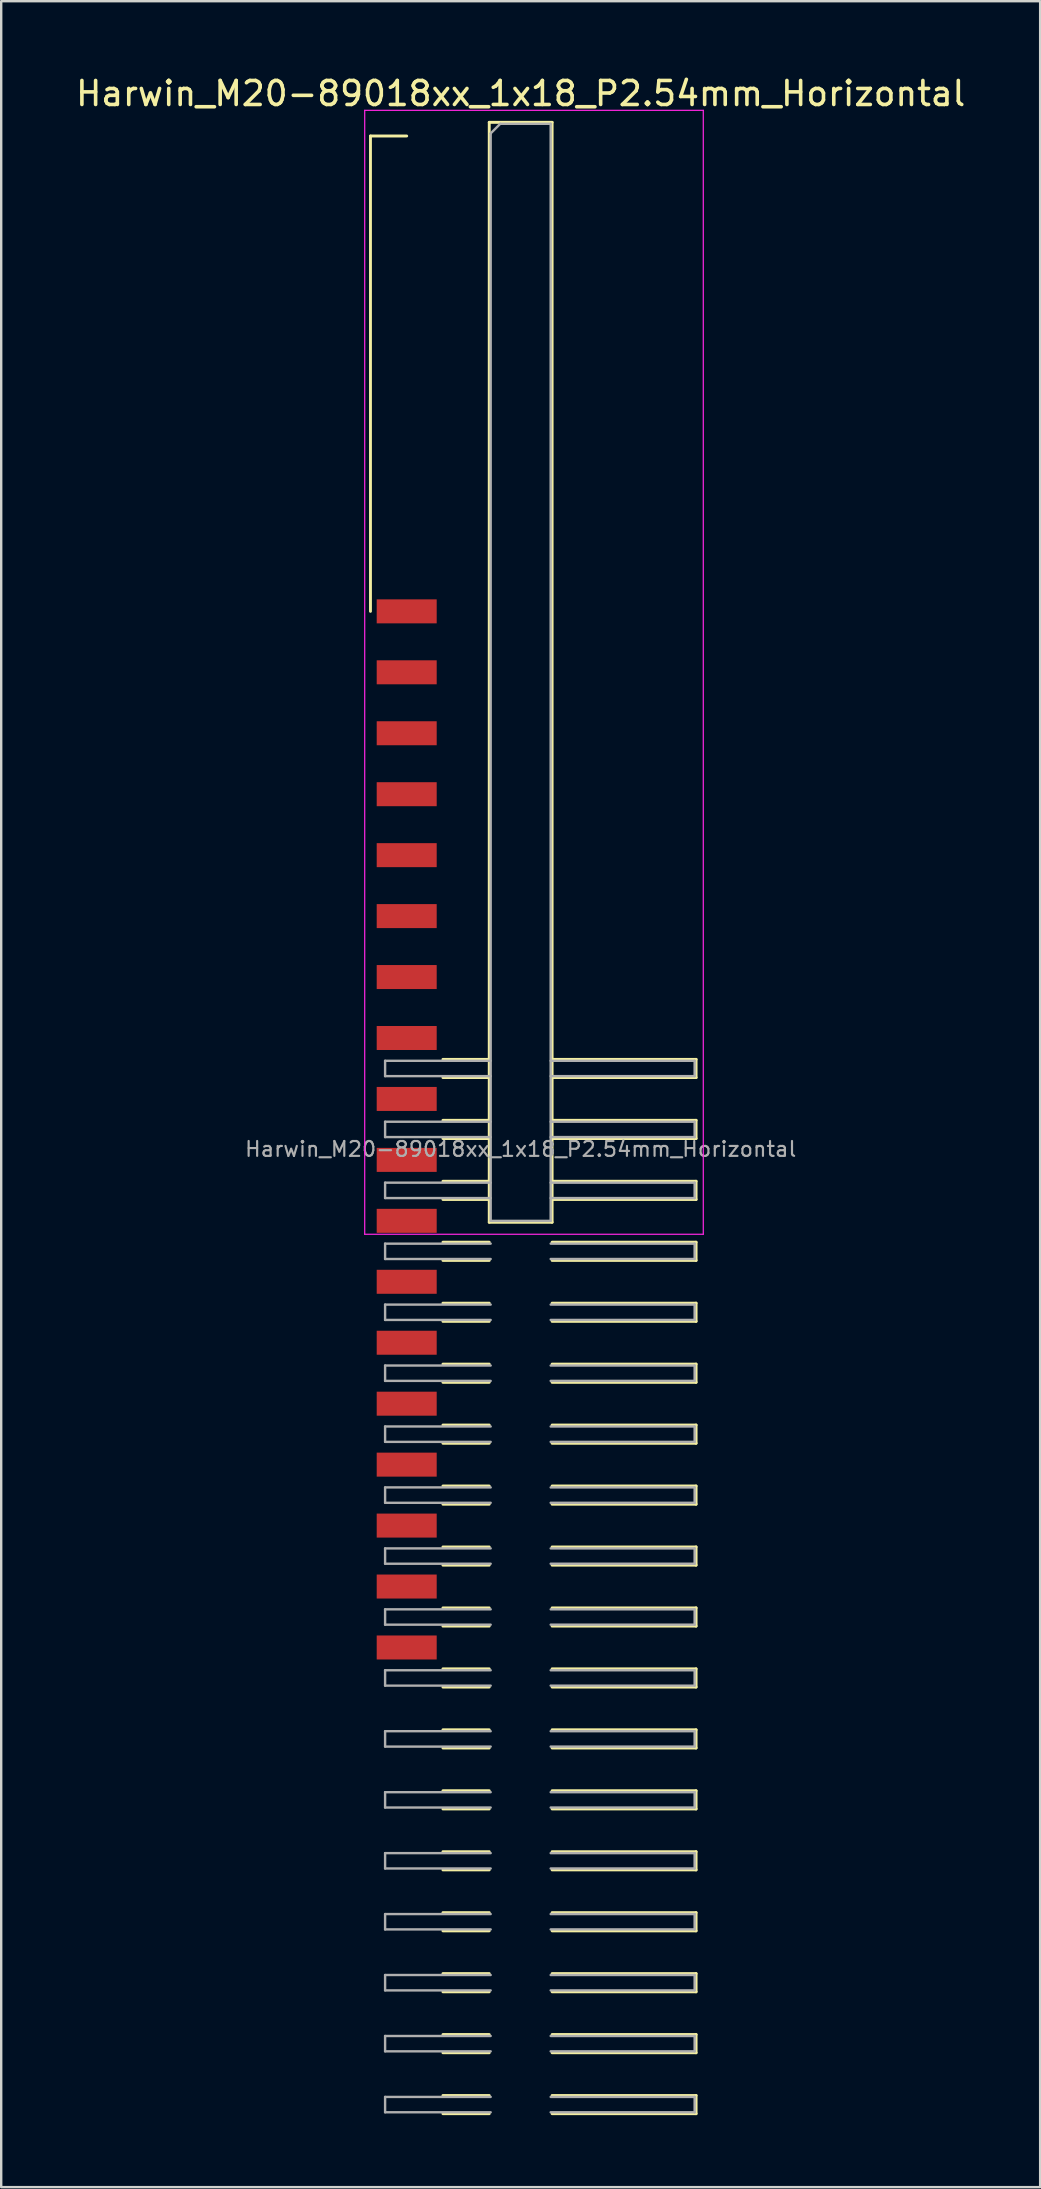
<source format=kicad_pcb>
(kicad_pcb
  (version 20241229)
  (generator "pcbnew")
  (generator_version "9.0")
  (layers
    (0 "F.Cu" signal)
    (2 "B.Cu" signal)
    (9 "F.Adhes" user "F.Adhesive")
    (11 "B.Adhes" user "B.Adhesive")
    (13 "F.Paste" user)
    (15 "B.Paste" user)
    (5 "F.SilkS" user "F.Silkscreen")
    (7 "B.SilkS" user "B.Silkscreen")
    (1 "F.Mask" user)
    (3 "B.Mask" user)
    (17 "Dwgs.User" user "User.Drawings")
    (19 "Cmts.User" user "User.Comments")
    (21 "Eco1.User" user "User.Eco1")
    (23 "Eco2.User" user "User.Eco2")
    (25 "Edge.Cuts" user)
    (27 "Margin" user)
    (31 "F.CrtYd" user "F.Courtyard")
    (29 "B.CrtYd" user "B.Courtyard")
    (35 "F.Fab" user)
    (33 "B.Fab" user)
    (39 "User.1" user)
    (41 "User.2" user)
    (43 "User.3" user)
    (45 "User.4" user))
  (footprint "Harwin_M20-89018xx_1x18_P2.54mm_Horizontal"
    (layer "F.Cu")
    (at 13.899 22.428)
    (property "Reference" "Harwin_M20-89018xx_1x18_P2.54mm_Horizontal" (at 4.75 -21.58 0) (layer "F.SilkS") (effects (font (size 1 1) (thickness 0.15))))
    (attr smd)
    (fp_line (start -1.51 -19.81) (end 0 -19.81) (stroke (width 0.12) (type solid)) (layer "F.SilkS"))
    (fp_line (start -1.51 0) (end -1.51 -19.81) (stroke (width 0.12) (type solid)) (layer "F.SilkS"))
    (fp_line (start 1.51 18.67) (end 3.44 18.67) (stroke (width 0.12) (type solid)) (layer "F.SilkS"))
    (fp_line (start 1.51 19.43) (end 3.44 19.43) (stroke (width 0.12) (type solid)) (layer "F.SilkS"))
    (fp_line (start 1.51 21.21) (end 3.44 21.21) (stroke (width 0.12) (type solid)) (layer "F.SilkS"))
    (fp_line (start 1.51 21.97) (end 3.44 21.97) (stroke (width 0.12) (type solid)) (layer "F.SilkS"))
    (fp_line (start 1.51 23.75) (end 3.44 23.75) (stroke (width 0.12) (type solid)) (layer "F.SilkS"))
    (fp_line (start 1.51 24.51) (end 3.44 24.51) (stroke (width 0.12) (type solid)) (layer "F.SilkS"))
    (fp_line (start 1.51 26.29) (end 3.44 26.29) (stroke (width 0.12) (type solid)) (layer "F.SilkS"))
    (fp_line (start 1.51 27.05) (end 3.44 27.05) (stroke (width 0.12) (type solid)) (layer "F.SilkS"))
    (fp_line (start 1.51 28.83) (end 3.44 28.83) (stroke (width 0.12) (type solid)) (layer "F.SilkS"))
    (fp_line (start 1.51 29.59) (end 3.44 29.59) (stroke (width 0.12) (type solid)) (layer "F.SilkS"))
    (fp_line (start 1.51 31.37) (end 3.44 31.37) (stroke (width 0.12) (type solid)) (layer "F.SilkS"))
    (fp_line (start 1.51 32.13) (end 3.44 32.13) (stroke (width 0.12) (type solid)) (layer "F.SilkS"))
    (fp_line (start 1.51 33.91) (end 3.44 33.91) (stroke (width 0.12) (type solid)) (layer "F.SilkS"))
    (fp_line (start 1.51 34.67) (end 3.44 34.67) (stroke (width 0.12) (type solid)) (layer "F.SilkS"))
    (fp_line (start 1.51 36.45) (end 3.44 36.45) (stroke (width 0.12) (type solid)) (layer "F.SilkS"))
    (fp_line (start 1.51 37.21) (end 3.44 37.21) (stroke (width 0.12) (type solid)) (layer "F.SilkS"))
    (fp_line (start 1.51 38.99) (end 3.44 38.99) (stroke (width 0.12) (type solid)) (layer "F.SilkS"))
    (fp_line (start 1.51 39.75) (end 3.44 39.75) (stroke (width 0.12) (type solid)) (layer "F.SilkS"))
    (fp_line (start 1.51 41.53) (end 3.44 41.53) (stroke (width 0.12) (type solid)) (layer "F.SilkS"))
    (fp_line (start 1.51 42.29) (end 3.44 42.29) (stroke (width 0.12) (type solid)) (layer "F.SilkS"))
    (fp_line (start 1.51 44.07) (end 3.44 44.07) (stroke (width 0.12) (type solid)) (layer "F.SilkS"))
    (fp_line (start 1.51 44.83) (end 3.44 44.83) (stroke (width 0.12) (type solid)) (layer "F.SilkS"))
    (fp_line (start 1.51 46.61) (end 3.44 46.61) (stroke (width 0.12) (type solid)) (layer "F.SilkS"))
    (fp_line (start 1.51 47.37) (end 3.44 47.37) (stroke (width 0.12) (type solid)) (layer "F.SilkS"))
    (fp_line (start 1.51 49.15) (end 3.44 49.15) (stroke (width 0.12) (type solid)) (layer "F.SilkS"))
    (fp_line (start 1.51 49.91) (end 3.44 49.91) (stroke (width 0.12) (type solid)) (layer "F.SilkS"))
    (fp_line (start 1.51 51.69) (end 3.44 51.69) (stroke (width 0.12) (type solid)) (layer "F.SilkS"))
    (fp_line (start 1.51 52.45) (end 3.44 52.45) (stroke (width 0.12) (type solid)) (layer "F.SilkS"))
    (fp_line (start 1.51 54.23) (end 3.44 54.23) (stroke (width 0.12) (type solid)) (layer "F.SilkS"))
    (fp_line (start 1.51 54.99) (end 3.44 54.99) (stroke (width 0.12) (type solid)) (layer "F.SilkS"))
    (fp_line (start 1.51 56.77) (end 3.44 56.77) (stroke (width 0.12) (type solid)) (layer "F.SilkS"))
    (fp_line (start 1.51 57.53) (end 3.44 57.53) (stroke (width 0.12) (type solid)) (layer "F.SilkS"))
    (fp_line (start 1.51 59.31) (end 3.44 59.31) (stroke (width 0.12) (type solid)) (layer "F.SilkS"))
    (fp_line (start 1.51 60.07) (end 3.44 60.07) (stroke (width 0.12) (type solid)) (layer "F.SilkS"))
    (fp_line (start 1.51 61.85) (end 3.44 61.85) (stroke (width 0.12) (type solid)) (layer "F.SilkS"))
    (fp_line (start 1.51 62.61) (end 3.44 62.61) (stroke (width 0.12) (type solid)) (layer "F.SilkS"))
    (fp_line (start 3.44 -20.38) (end 6.06 -20.38) (stroke (width 0.12) (type solid)) (layer "F.SilkS"))
    (fp_line (start 3.44 25.46) (end 3.44 -20.38) (stroke (width 0.12) (type solid)) (layer "F.SilkS"))
    (fp_line (start 6.06 -20.38) (end 6.06 25.46) (stroke (width 0.12) (type solid)) (layer "F.SilkS"))
    (fp_line (start 6.06 18.67) (end 12.06 18.67) (stroke (width 0.12) (type solid)) (layer "F.SilkS"))
    (fp_line (start 6.06 21.21) (end 12.06 21.21) (stroke (width 0.12) (type solid)) (layer "F.SilkS"))
    (fp_line (start 6.06 23.75) (end 12.06 23.75) (stroke (width 0.12) (type solid)) (layer "F.SilkS"))
    (fp_line (start 6.06 25.46) (end 3.44 25.46) (stroke (width 0.12) (type solid)) (layer "F.SilkS"))
    (fp_line (start 6.06 26.29) (end 12.06 26.29) (stroke (width 0.12) (type solid)) (layer "F.SilkS"))
    (fp_line (start 6.06 28.83) (end 12.06 28.83) (stroke (width 0.12) (type solid)) (layer "F.SilkS"))
    (fp_line (start 6.06 31.37) (end 12.06 31.37) (stroke (width 0.12) (type solid)) (layer "F.SilkS"))
    (fp_line (start 6.06 33.91) (end 12.06 33.91) (stroke (width 0.12) (type solid)) (layer "F.SilkS"))
    (fp_line (start 6.06 36.45) (end 12.06 36.45) (stroke (width 0.12) (type solid)) (layer "F.SilkS"))
    (fp_line (start 6.06 38.99) (end 12.06 38.99) (stroke (width 0.12) (type solid)) (layer "F.SilkS"))
    (fp_line (start 6.06 41.53) (end 12.06 41.53) (stroke (width 0.12) (type solid)) (layer "F.SilkS"))
    (fp_line (start 6.06 44.07) (end 12.06 44.07) (stroke (width 0.12) (type solid)) (layer "F.SilkS"))
    (fp_line (start 6.06 46.61) (end 12.06 46.61) (stroke (width 0.12) (type solid)) (layer "F.SilkS"))
    (fp_line (start 6.06 49.15) (end 12.06 49.15) (stroke (width 0.12) (type solid)) (layer "F.SilkS"))
    (fp_line (start 6.06 51.69) (end 12.06 51.69) (stroke (width 0.12) (type solid)) (layer "F.SilkS"))
    (fp_line (start 6.06 54.23) (end 12.06 54.23) (stroke (width 0.12) (type solid)) (layer "F.SilkS"))
    (fp_line (start 6.06 56.77) (end 12.06 56.77) (stroke (width 0.12) (type solid)) (layer "F.SilkS"))
    (fp_line (start 6.06 59.31) (end 12.06 59.31) (stroke (width 0.12) (type solid)) (layer "F.SilkS"))
    (fp_line (start 6.06 61.85) (end 12.06 61.85) (stroke (width 0.12) (type solid)) (layer "F.SilkS"))
    (fp_line (start 12.06 18.67) (end 12.06 19.43) (stroke (width 0.12) (type solid)) (layer "F.SilkS"))
    (fp_line (start 12.06 19.43) (end 6.06 19.43) (stroke (width 0.12) (type solid)) (layer "F.SilkS"))
    (fp_line (start 12.06 21.21) (end 12.06 21.97) (stroke (width 0.12) (type solid)) (layer "F.SilkS"))
    (fp_line (start 12.06 21.97) (end 6.06 21.97) (stroke (width 0.12) (type solid)) (layer "F.SilkS"))
    (fp_line (start 12.06 23.75) (end 12.06 24.51) (stroke (width 0.12) (type solid)) (layer "F.SilkS"))
    (fp_line (start 12.06 24.51) (end 6.06 24.51) (stroke (width 0.12) (type solid)) (layer "F.SilkS"))
    (fp_line (start 12.06 26.29) (end 12.06 27.05) (stroke (width 0.12) (type solid)) (layer "F.SilkS"))
    (fp_line (start 12.06 27.05) (end 6.06 27.05) (stroke (width 0.12) (type solid)) (layer "F.SilkS"))
    (fp_line (start 12.06 28.83) (end 12.06 29.59) (stroke (width 0.12) (type solid)) (layer "F.SilkS"))
    (fp_line (start 12.06 29.59) (end 6.06 29.59) (stroke (width 0.12) (type solid)) (layer "F.SilkS"))
    (fp_line (start 12.06 31.37) (end 12.06 32.13) (stroke (width 0.12) (type solid)) (layer "F.SilkS"))
    (fp_line (start 12.06 32.13) (end 6.06 32.13) (stroke (width 0.12) (type solid)) (layer "F.SilkS"))
    (fp_line (start 12.06 33.91) (end 12.06 34.67) (stroke (width 0.12) (type solid)) (layer "F.SilkS"))
    (fp_line (start 12.06 34.67) (end 6.06 34.67) (stroke (width 0.12) (type solid)) (layer "F.SilkS"))
    (fp_line (start 12.06 36.45) (end 12.06 37.21) (stroke (width 0.12) (type solid)) (layer "F.SilkS"))
    (fp_line (start 12.06 37.21) (end 6.06 37.21) (stroke (width 0.12) (type solid)) (layer "F.SilkS"))
    (fp_line (start 12.06 38.99) (end 12.06 39.75) (stroke (width 0.12) (type solid)) (layer "F.SilkS"))
    (fp_line (start 12.06 39.75) (end 6.06 39.75) (stroke (width 0.12) (type solid)) (layer "F.SilkS"))
    (fp_line (start 12.06 41.53) (end 12.06 42.29) (stroke (width 0.12) (type solid)) (layer "F.SilkS"))
    (fp_line (start 12.06 42.29) (end 6.06 42.29) (stroke (width 0.12) (type solid)) (layer "F.SilkS"))
    (fp_line (start 12.06 44.07) (end 12.06 44.83) (stroke (width 0.12) (type solid)) (layer "F.SilkS"))
    (fp_line (start 12.06 44.83) (end 6.06 44.83) (stroke (width 0.12) (type solid)) (layer "F.SilkS"))
    (fp_line (start 12.06 46.61) (end 12.06 47.37) (stroke (width 0.12) (type solid)) (layer "F.SilkS"))
    (fp_line (start 12.06 47.37) (end 6.06 47.37) (stroke (width 0.12) (type solid)) (layer "F.SilkS"))
    (fp_line (start 12.06 49.15) (end 12.06 49.91) (stroke (width 0.12) (type solid)) (layer "F.SilkS"))
    (fp_line (start 12.06 49.91) (end 6.06 49.91) (stroke (width 0.12) (type solid)) (layer "F.SilkS"))
    (fp_line (start 12.06 51.69) (end 12.06 52.45) (stroke (width 0.12) (type solid)) (layer "F.SilkS"))
    (fp_line (start 12.06 52.45) (end 6.06 52.45) (stroke (width 0.12) (type solid)) (layer "F.SilkS"))
    (fp_line (start 12.06 54.23) (end 12.06 54.99) (stroke (width 0.12) (type solid)) (layer "F.SilkS"))
    (fp_line (start 12.06 54.99) (end 6.06 54.99) (stroke (width 0.12) (type solid)) (layer "F.SilkS"))
    (fp_line (start 12.06 56.77) (end 12.06 57.53) (stroke (width 0.12) (type solid)) (layer "F.SilkS"))
    (fp_line (start 12.06 57.53) (end 6.06 57.53) (stroke (width 0.12) (type solid)) (layer "F.SilkS"))
    (fp_line (start 12.06 59.31) (end 12.06 60.07) (stroke (width 0.12) (type solid)) (layer "F.SilkS"))
    (fp_line (start 12.06 60.07) (end 6.06 60.07) (stroke (width 0.12) (type solid)) (layer "F.SilkS"))
    (fp_line (start 12.06 61.85) (end 12.06 62.61) (stroke (width 0.12) (type solid)) (layer "F.SilkS"))
    (fp_line (start 12.06 62.61) (end 6.06 62.61) (stroke (width 0.12) (type solid)) (layer "F.SilkS"))
    (fp_line (start -1.75 -20.88) (end 12.36 -20.88) (stroke (width 0.05) (type solid)) (layer "F.CrtYd"))
    (fp_line (start -1.75 25.96) (end -1.75 -20.88) (stroke (width 0.05) (type solid)) (layer "F.CrtYd"))
    (fp_line (start 12.36 -20.88) (end 12.36 25.96) (stroke (width 0.05) (type solid)) (layer "F.CrtYd"))
    (fp_line (start 12.36 25.96) (end -1.75 25.96) (stroke (width 0.05) (type solid)) (layer "F.CrtYd"))
    (fp_line (start -0.9 18.73) (end -0.9 19.37) (stroke (width 0.1) (type solid)) (layer "F.Fab"))
    (fp_line (start -0.9 19.37) (end 3.5 19.37) (stroke (width 0.1) (type solid)) (layer "F.Fab"))
    (fp_line (start -0.9 21.27) (end -0.9 21.91) (stroke (width 0.1) (type solid)) (layer "F.Fab"))
    (fp_line (start -0.9 21.91) (end 3.5 21.91) (stroke (width 0.1) (type solid)) (layer "F.Fab"))
    (fp_line (start -0.9 23.81) (end -0.9 24.45) (stroke (width 0.1) (type solid)) (layer "F.Fab"))
    (fp_line (start -0.9 24.45) (end 3.5 24.45) (stroke (width 0.1) (type solid)) (layer "F.Fab"))
    (fp_line (start -0.9 26.35) (end -0.9 26.99) (stroke (width 0.1) (type solid)) (layer "F.Fab"))
    (fp_line (start -0.9 26.99) (end 3.5 26.99) (stroke (width 0.1) (type solid)) (layer "F.Fab"))
    (fp_line (start -0.9 28.89) (end -0.9 29.53) (stroke (width 0.1) (type solid)) (layer "F.Fab"))
    (fp_line (start -0.9 29.53) (end 3.5 29.53) (stroke (width 0.1) (type solid)) (layer "F.Fab"))
    (fp_line (start -0.9 31.43) (end -0.9 32.07) (stroke (width 0.1) (type solid)) (layer "F.Fab"))
    (fp_line (start -0.9 32.07) (end 3.5 32.07) (stroke (width 0.1) (type solid)) (layer "F.Fab"))
    (fp_line (start -0.9 33.97) (end -0.9 34.61) (stroke (width 0.1) (type solid)) (layer "F.Fab"))
    (fp_line (start -0.9 34.61) (end 3.5 34.61) (stroke (width 0.1) (type solid)) (layer "F.Fab"))
    (fp_line (start -0.9 36.51) (end -0.9 37.15) (stroke (width 0.1) (type solid)) (layer "F.Fab"))
    (fp_line (start -0.9 37.15) (end 3.5 37.15) (stroke (width 0.1) (type solid)) (layer "F.Fab"))
    (fp_line (start -0.9 39.05) (end -0.9 39.69) (stroke (width 0.1) (type solid)) (layer "F.Fab"))
    (fp_line (start -0.9 39.69) (end 3.5 39.69) (stroke (width 0.1) (type solid)) (layer "F.Fab"))
    (fp_line (start -0.9 41.59) (end -0.9 42.23) (stroke (width 0.1) (type solid)) (layer "F.Fab"))
    (fp_line (start -0.9 42.23) (end 3.5 42.23) (stroke (width 0.1) (type solid)) (layer "F.Fab"))
    (fp_line (start -0.9 44.13) (end -0.9 44.77) (stroke (width 0.1) (type solid)) (layer "F.Fab"))
    (fp_line (start -0.9 44.77) (end 3.5 44.77) (stroke (width 0.1) (type solid)) (layer "F.Fab"))
    (fp_line (start -0.9 46.67) (end -0.9 47.31) (stroke (width 0.1) (type solid)) (layer "F.Fab"))
    (fp_line (start -0.9 47.31) (end 3.5 47.31) (stroke (width 0.1) (type solid)) (layer "F.Fab"))
    (fp_line (start -0.9 49.21) (end -0.9 49.85) (stroke (width 0.1) (type solid)) (layer "F.Fab"))
    (fp_line (start -0.9 49.85) (end 3.5 49.85) (stroke (width 0.1) (type solid)) (layer "F.Fab"))
    (fp_line (start -0.9 51.75) (end -0.9 52.39) (stroke (width 0.1) (type solid)) (layer "F.Fab"))
    (fp_line (start -0.9 52.39) (end 3.5 52.39) (stroke (width 0.1) (type solid)) (layer "F.Fab"))
    (fp_line (start -0.9 54.29) (end -0.9 54.93) (stroke (width 0.1) (type solid)) (layer "F.Fab"))
    (fp_line (start -0.9 54.93) (end 3.5 54.93) (stroke (width 0.1) (type solid)) (layer "F.Fab"))
    (fp_line (start -0.9 56.83) (end -0.9 57.47) (stroke (width 0.1) (type solid)) (layer "F.Fab"))
    (fp_line (start -0.9 57.47) (end 3.5 57.47) (stroke (width 0.1) (type solid)) (layer "F.Fab"))
    (fp_line (start -0.9 59.37) (end -0.9 60.01) (stroke (width 0.1) (type solid)) (layer "F.Fab"))
    (fp_line (start -0.9 60.01) (end 3.5 60.01) (stroke (width 0.1) (type solid)) (layer "F.Fab"))
    (fp_line (start -0.9 61.91) (end -0.9 62.55) (stroke (width 0.1) (type solid)) (layer "F.Fab"))
    (fp_line (start -0.9 62.55) (end 3.5 62.55) (stroke (width 0.1) (type solid)) (layer "F.Fab"))
    (fp_line (start 3.5 -19.92) (end 3.9 -20.32) (stroke (width 0.1) (type solid)) (layer "F.Fab"))
    (fp_line (start 3.5 18.73) (end -0.9 18.73) (stroke (width 0.1) (type solid)) (layer "F.Fab"))
    (fp_line (start 3.5 21.27) (end -0.9 21.27) (stroke (width 0.1) (type solid)) (layer "F.Fab"))
    (fp_line (start 3.5 23.81) (end -0.9 23.81) (stroke (width 0.1) (type solid)) (layer "F.Fab"))
    (fp_line (start 3.5 25.4) (end 3.5 -19.92) (stroke (width 0.1) (type solid)) (layer "F.Fab"))
    (fp_line (start 3.5 26.35) (end -0.9 26.35) (stroke (width 0.1) (type solid)) (layer "F.Fab"))
    (fp_line (start 3.5 28.89) (end -0.9 28.89) (stroke (width 0.1) (type solid)) (layer "F.Fab"))
    (fp_line (start 3.5 31.43) (end -0.9 31.43) (stroke (width 0.1) (type solid)) (layer "F.Fab"))
    (fp_line (start 3.5 33.97) (end -0.9 33.97) (stroke (width 0.1) (type solid)) (layer "F.Fab"))
    (fp_line (start 3.5 36.51) (end -0.9 36.51) (stroke (width 0.1) (type solid)) (layer "F.Fab"))
    (fp_line (start 3.5 39.05) (end -0.9 39.05) (stroke (width 0.1) (type solid)) (layer "F.Fab"))
    (fp_line (start 3.5 41.59) (end -0.9 41.59) (stroke (width 0.1) (type solid)) (layer "F.Fab"))
    (fp_line (start 3.5 44.13) (end -0.9 44.13) (stroke (width 0.1) (type solid)) (layer "F.Fab"))
    (fp_line (start 3.5 46.67) (end -0.9 46.67) (stroke (width 0.1) (type solid)) (layer "F.Fab"))
    (fp_line (start 3.5 49.21) (end -0.9 49.21) (stroke (width 0.1) (type solid)) (layer "F.Fab"))
    (fp_line (start 3.5 51.75) (end -0.9 51.75) (stroke (width 0.1) (type solid)) (layer "F.Fab"))
    (fp_line (start 3.5 54.29) (end -0.9 54.29) (stroke (width 0.1) (type solid)) (layer "F.Fab"))
    (fp_line (start 3.5 56.83) (end -0.9 56.83) (stroke (width 0.1) (type solid)) (layer "F.Fab"))
    (fp_line (start 3.5 59.37) (end -0.9 59.37) (stroke (width 0.1) (type solid)) (layer "F.Fab"))
    (fp_line (start 3.5 61.91) (end -0.9 61.91) (stroke (width 0.1) (type solid)) (layer "F.Fab"))
    (fp_line (start 3.9 -20.32) (end 6 -20.32) (stroke (width 0.1) (type solid)) (layer "F.Fab"))
    (fp_line (start 6 -20.32) (end 6 25.4) (stroke (width 0.1) (type solid)) (layer "F.Fab"))
    (fp_line (start 6 18.73) (end 12 18.73) (stroke (width 0.1) (type solid)) (layer "F.Fab"))
    (fp_line (start 6 21.27) (end 12 21.27) (stroke (width 0.1) (type solid)) (layer "F.Fab"))
    (fp_line (start 6 23.81) (end 12 23.81) (stroke (width 0.1) (type solid)) (layer "F.Fab"))
    (fp_line (start 6 25.4) (end 3.5 25.4) (stroke (width 0.1) (type solid)) (layer "F.Fab"))
    (fp_line (start 6 26.35) (end 12 26.35) (stroke (width 0.1) (type solid)) (layer "F.Fab"))
    (fp_line (start 6 28.89) (end 12 28.89) (stroke (width 0.1) (type solid)) (layer "F.Fab"))
    (fp_line (start 6 31.43) (end 12 31.43) (stroke (width 0.1) (type solid)) (layer "F.Fab"))
    (fp_line (start 6 33.97) (end 12 33.97) (stroke (width 0.1) (type solid)) (layer "F.Fab"))
    (fp_line (start 6 36.51) (end 12 36.51) (stroke (width 0.1) (type solid)) (layer "F.Fab"))
    (fp_line (start 6 39.05) (end 12 39.05) (stroke (width 0.1) (type solid)) (layer "F.Fab"))
    (fp_line (start 6 41.59) (end 12 41.59) (stroke (width 0.1) (type solid)) (layer "F.Fab"))
    (fp_line (start 6 44.13) (end 12 44.13) (stroke (width 0.1) (type solid)) (layer "F.Fab"))
    (fp_line (start 6 46.67) (end 12 46.67) (stroke (width 0.1) (type solid)) (layer "F.Fab"))
    (fp_line (start 6 49.21) (end 12 49.21) (stroke (width 0.1) (type solid)) (layer "F.Fab"))
    (fp_line (start 6 51.75) (end 12 51.75) (stroke (width 0.1) (type solid)) (layer "F.Fab"))
    (fp_line (start 6 54.29) (end 12 54.29) (stroke (width 0.1) (type solid)) (layer "F.Fab"))
    (fp_line (start 6 56.83) (end 12 56.83) (stroke (width 0.1) (type solid)) (layer "F.Fab"))
    (fp_line (start 6 59.37) (end 12 59.37) (stroke (width 0.1) (type solid)) (layer "F.Fab"))
    (fp_line (start 6 61.91) (end 12 61.91) (stroke (width 0.1) (type solid)) (layer "F.Fab"))
    (fp_line (start 12 18.73) (end 12 19.37) (stroke (width 0.1) (type solid)) (layer "F.Fab"))
    (fp_line (start 12 19.37) (end 6 19.37) (stroke (width 0.1) (type solid)) (layer "F.Fab"))
    (fp_line (start 12 21.27) (end 12 21.91) (stroke (width 0.1) (type solid)) (layer "F.Fab"))
    (fp_line (start 12 21.91) (end 6 21.91) (stroke (width 0.1) (type solid)) (layer "F.Fab"))
    (fp_line (start 12 23.81) (end 12 24.45) (stroke (width 0.1) (type solid)) (layer "F.Fab"))
    (fp_line (start 12 24.45) (end 6 24.45) (stroke (width 0.1) (type solid)) (layer "F.Fab"))
    (fp_line (start 12 26.35) (end 12 26.99) (stroke (width 0.1) (type solid)) (layer "F.Fab"))
    (fp_line (start 12 26.99) (end 6 26.99) (stroke (width 0.1) (type solid)) (layer "F.Fab"))
    (fp_line (start 12 28.89) (end 12 29.53) (stroke (width 0.1) (type solid)) (layer "F.Fab"))
    (fp_line (start 12 29.53) (end 6 29.53) (stroke (width 0.1) (type solid)) (layer "F.Fab"))
    (fp_line (start 12 31.43) (end 12 32.07) (stroke (width 0.1) (type solid)) (layer "F.Fab"))
    (fp_line (start 12 32.07) (end 6 32.07) (stroke (width 0.1) (type solid)) (layer "F.Fab"))
    (fp_line (start 12 33.97) (end 12 34.61) (stroke (width 0.1) (type solid)) (layer "F.Fab"))
    (fp_line (start 12 34.61) (end 6 34.61) (stroke (width 0.1) (type solid)) (layer "F.Fab"))
    (fp_line (start 12 36.51) (end 12 37.15) (stroke (width 0.1) (type solid)) (layer "F.Fab"))
    (fp_line (start 12 37.15) (end 6 37.15) (stroke (width 0.1) (type solid)) (layer "F.Fab"))
    (fp_line (start 12 39.05) (end 12 39.69) (stroke (width 0.1) (type solid)) (layer "F.Fab"))
    (fp_line (start 12 39.69) (end 6 39.69) (stroke (width 0.1) (type solid)) (layer "F.Fab"))
    (fp_line (start 12 41.59) (end 12 42.23) (stroke (width 0.1) (type solid)) (layer "F.Fab"))
    (fp_line (start 12 42.23) (end 6 42.23) (stroke (width 0.1) (type solid)) (layer "F.Fab"))
    (fp_line (start 12 44.13) (end 12 44.77) (stroke (width 0.1) (type solid)) (layer "F.Fab"))
    (fp_line (start 12 44.77) (end 6 44.77) (stroke (width 0.1) (type solid)) (layer "F.Fab"))
    (fp_line (start 12 46.67) (end 12 47.31) (stroke (width 0.1) (type solid)) (layer "F.Fab"))
    (fp_line (start 12 47.31) (end 6 47.31) (stroke (width 0.1) (type solid)) (layer "F.Fab"))
    (fp_line (start 12 49.21) (end 12 49.85) (stroke (width 0.1) (type solid)) (layer "F.Fab"))
    (fp_line (start 12 49.85) (end 6 49.85) (stroke (width 0.1) (type solid)) (layer "F.Fab"))
    (fp_line (start 12 51.75) (end 12 52.39) (stroke (width 0.1) (type solid)) (layer "F.Fab"))
    (fp_line (start 12 52.39) (end 6 52.39) (stroke (width 0.1) (type solid)) (layer "F.Fab"))
    (fp_line (start 12 54.29) (end 12 54.93) (stroke (width 0.1) (type solid)) (layer "F.Fab"))
    (fp_line (start 12 54.93) (end 6 54.93) (stroke (width 0.1) (type solid)) (layer "F.Fab"))
    (fp_line (start 12 56.83) (end 12 57.47) (stroke (width 0.1) (type solid)) (layer "F.Fab"))
    (fp_line (start 12 57.47) (end 6 57.47) (stroke (width 0.1) (type solid)) (layer "F.Fab"))
    (fp_line (start 12 59.37) (end 12 60.01) (stroke (width 0.1) (type solid)) (layer "F.Fab"))
    (fp_line (start 12 60.01) (end 6 60.01) (stroke (width 0.1) (type solid)) (layer "F.Fab"))
    (fp_line (start 12 61.91) (end 12 62.55) (stroke (width 0.1) (type solid)) (layer "F.Fab"))
    (fp_line (start 12 62.55) (end 6 62.55) (stroke (width 0.1) (type solid)) (layer "F.Fab"))
    (fp_text user "${REFERENCE}" (at 4.75 22.41 0) (layer "F.Fab") (effects (font (size 0.62 0.62) (thickness 0.09))))
    (pad "1" smd rect (at 0 0) (size 2.5 1) (layers "F.Cu" "F.Mask" "F.Paste"))
    (pad "2" smd rect (at 0 2.54) (size 2.5 1) (layers "F.Cu" "F.Mask" "F.Paste"))
    (pad "3" smd rect (at 0 5.08) (size 2.5 1) (layers "F.Cu" "F.Mask" "F.Paste"))
    (pad "4" smd rect (at 0 7.62) (size 2.5 1) (layers "F.Cu" "F.Mask" "F.Paste"))
    (pad "5" smd rect (at 0 10.16) (size 2.5 1) (layers "F.Cu" "F.Mask" "F.Paste"))
    (pad "6" smd rect (at 0 12.7) (size 2.5 1) (layers "F.Cu" "F.Mask" "F.Paste"))
    (pad "7" smd rect (at 0 15.24) (size 2.5 1) (layers "F.Cu" "F.Mask" "F.Paste"))
    (pad "8" smd rect (at 0 17.78) (size 2.5 1) (layers "F.Cu" "F.Mask" "F.Paste"))
    (pad "9" smd rect (at 0 20.32) (size 2.5 1) (layers "F.Cu" "F.Mask" "F.Paste"))
    (pad "10" smd rect (at 0 22.86) (size 2.5 1) (layers "F.Cu" "F.Mask" "F.Paste"))
    (pad "11" smd rect (at 0 25.4) (size 2.5 1) (layers "F.Cu" "F.Mask" "F.Paste"))
    (pad "12" smd rect (at 0 27.94) (size 2.5 1) (layers "F.Cu" "F.Mask" "F.Paste"))
    (pad "13" smd rect (at 0 30.48) (size 2.5 1) (layers "F.Cu" "F.Mask" "F.Paste"))
    (pad "14" smd rect (at 0 33.02) (size 2.5 1) (layers "F.Cu" "F.Mask" "F.Paste"))
    (pad "15" smd rect (at 0 35.56) (size 2.5 1) (layers "F.Cu" "F.Mask" "F.Paste"))
    (pad "16" smd rect (at 0 38.1) (size 2.5 1) (layers "F.Cu" "F.Mask" "F.Paste"))
    (pad "17" smd rect (at 0 40.64) (size 2.5 1) (layers "F.Cu" "F.Mask" "F.Paste"))
    (pad "18" smd rect (at 0 43.18) (size 2.5 1) (layers "F.Cu" "F.Mask" "F.Paste")))
  (gr_rect
    (start -3 -3)
    (end 40.298 88.098)
    (stroke (width 0.1) (type default))
    (fill no)
    (layer "Edge.Cuts")))
</source>
